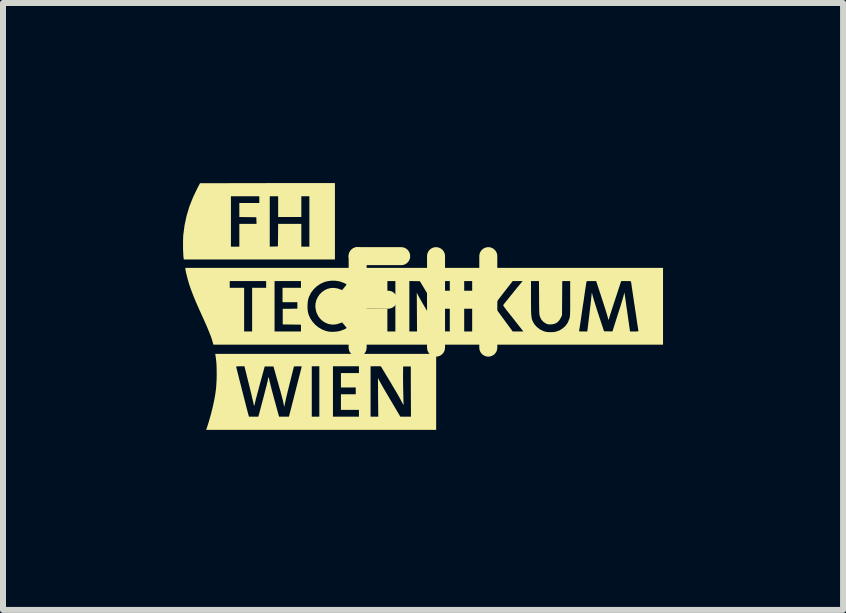
<source format=kicad_pcb>
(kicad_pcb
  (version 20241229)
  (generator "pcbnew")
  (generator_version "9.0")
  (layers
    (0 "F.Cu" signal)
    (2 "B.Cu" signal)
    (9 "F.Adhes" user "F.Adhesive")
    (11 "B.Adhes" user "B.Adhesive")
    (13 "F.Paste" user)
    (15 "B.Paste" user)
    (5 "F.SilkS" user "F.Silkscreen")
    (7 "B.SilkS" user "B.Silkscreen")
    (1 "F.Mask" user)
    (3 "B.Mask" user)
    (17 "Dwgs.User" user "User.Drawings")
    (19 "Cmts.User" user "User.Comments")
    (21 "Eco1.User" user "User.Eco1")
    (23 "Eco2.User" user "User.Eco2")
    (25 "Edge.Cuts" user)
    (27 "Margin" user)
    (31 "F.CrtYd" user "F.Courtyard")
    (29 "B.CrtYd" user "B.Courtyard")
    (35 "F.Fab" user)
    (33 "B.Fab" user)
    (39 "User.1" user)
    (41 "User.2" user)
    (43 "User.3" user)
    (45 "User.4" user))
  (footprint "FH"
    (layer "F.Cu")
    (at 3.998 2.053)
    (property "Reference" "FH" (at 0 0 0) (layer "F.SilkS") (effects (font (size 1.524 1.524) (thickness 0.3))))
    (attr board_only exclude_from_pos_files exclude_from_bom)
    (fp_poly (pts (xy -1.467 -0.78) (xy -3.985 -0.78) (xy -3.989 -0.805) (xy -3.992 -0.832) (xy -3.994 -0.87) (xy -3.996 -0.915) (xy -3.998 -0.965) (xy -3.998 -0.993) (xy -2.553 -0.993) (xy -2.485 -0.995) (xy -2.417 -0.997) (xy -2.415 -1.185) (xy -2.413 -1.373) (xy -2.027 -1.373) (xy -2.027 -0.993) (xy -1.893 -0.993) (xy -1.893 -1.833) (xy -2.027 -1.833) (xy -2.027 -1.487) (xy -2.413 -1.487) (xy -2.413 -1.833) (xy -2.553 -1.833) (xy -2.553 -0.993) (xy -3.998 -0.993) (xy -3.998 -0.993) (xy -3.2 -0.993) (xy -3.06 -0.993) (xy -3.06 -1.373) (xy -2.773 -1.373) (xy -2.777 -1.483) (xy -2.918 -1.485) (xy -3.06 -1.487) (xy -3.06 -1.72) (xy -2.727 -1.72) (xy -2.727 -1.833) (xy -3.2 -1.833) (xy -3.2 -0.993) (xy -3.998 -0.993) (xy -3.998 -1.017) (xy -3.998 -1.069) (xy -3.997 -1.117) (xy -3.996 -1.159) (xy -3.994 -1.187) (xy -3.973 -1.347) (xy -3.939 -1.506) (xy -3.892 -1.663) (xy -3.831 -1.817) (xy -3.761 -1.963) (xy -3.715 -2.05) (xy -2.591 -2.052) (xy -1.467 -2.053)) (stroke (width 0) (type solid)) (fill yes) (layer "F.SilkS"))
    (fp_poly (pts (xy 0.22 2.06) (xy -3.613 2.06) (xy -3.596 2.012) (xy -3.584 1.973) (xy -3.569 1.926) (xy -3.554 1.872) (xy -3.538 1.817) (xy -3.524 1.763) (xy -3.512 1.715) (xy -3.504 1.683) (xy -3.484 1.592) (xy -3.468 1.509) (xy -3.456 1.433) (xy -3.447 1.36) (xy -3.442 1.287) (xy -3.438 1.21) (xy -3.437 1.127) (xy -3.437 1.12) (xy -3.438 1.059) (xy -3.439 1.008) (xy -3.439 1.006) (xy -3.113 1.006) (xy -3.112 1.013) (xy -3.107 1.032) (xy -3.1 1.061) (xy -3.09 1.099) (xy -3.079 1.144) (xy -3.066 1.196) (xy -3.052 1.252) (xy -3.036 1.312) (xy -3.021 1.373) (xy -3.005 1.436) (xy -2.989 1.498) (xy -2.974 1.558) (xy -2.959 1.615) (xy -2.946 1.666) (xy -2.934 1.712) (xy -2.924 1.751) (xy -2.916 1.781) (xy -2.911 1.801) (xy -2.909 1.805) (xy -2.9 1.84) (xy -2.743 1.84) (xy -2.668 1.558) (xy -2.652 1.498) (xy -2.637 1.439) (xy -2.623 1.385) (xy -2.61 1.336) (xy -2.6 1.295) (xy -2.592 1.263) (xy -2.587 1.241) (xy -2.586 1.233) (xy -2.58 1.203) (xy -2.576 1.187) (xy -2.572 1.183) (xy -2.568 1.192) (xy -2.563 1.215) (xy -2.56 1.232) (xy -2.555 1.252) (xy -2.547 1.283) (xy -2.537 1.324) (xy -2.525 1.372) (xy -2.511 1.426) (xy -2.495 1.484) (xy -2.479 1.544) (xy -2.473 1.567) (xy -2.398 1.84) (xy -2.234 1.84) (xy -1.853 1.84) (xy -1.727 1.84) (xy -1.5 1.84) (xy -1.067 1.84) (xy -0.873 1.84) (xy -0.745 1.84) (xy -0.748 1.518) (xy -0.75 1.195) (xy -0.716 1.261) (xy -0.705 1.28) (xy -0.688 1.31) (xy -0.667 1.348) (xy -0.641 1.393) (xy -0.612 1.442) (xy -0.58 1.496) (xy -0.548 1.551) (xy -0.529 1.583) (xy -0.377 1.84) (xy -0.288 1.84) (xy -0.2 1.84) (xy -0.202 1.422) (xy -0.203 1.003) (xy -0.33 1.003) (xy -0.332 1.133) (xy -0.332 1.177) (xy -0.332 1.23) (xy -0.331 1.29) (xy -0.33 1.352) (xy -0.329 1.413) (xy -0.328 1.453) (xy -0.327 1.502) (xy -0.326 1.547) (xy -0.325 1.585) (xy -0.324 1.615) (xy -0.324 1.636) (xy -0.324 1.645) (xy -0.324 1.645) (xy -0.327 1.641) (xy -0.336 1.626) (xy -0.348 1.604) (xy -0.363 1.575) (xy -0.369 1.564) (xy -0.382 1.539) (xy -0.401 1.505) (xy -0.425 1.463) (xy -0.453 1.415) (xy -0.484 1.363) (xy -0.516 1.309) (xy -0.549 1.253) (xy -0.557 1.24) (xy -0.702 1) (xy -0.873 1) (xy -0.873 1.84) (xy -1.067 1.84) (xy -1.067 1.727) (xy -1.367 1.727) (xy -1.367 1.467) (xy -1.12 1.467) (xy -1.12 1.353) (xy -1.367 1.353) (xy -1.367 1.113) (xy -1.067 1.113) (xy -1.067 1) (xy -1.5 1) (xy -1.5 1.84) (xy -1.727 1.84) (xy -1.727 1) (xy -1.853 1) (xy -1.853 1.84) (xy -2.234 1.84) (xy -2.227 1.815) (xy -2.22 1.786) (xy -2.21 1.748) (xy -2.198 1.703) (xy -2.185 1.651) (xy -2.171 1.595) (xy -2.155 1.534) (xy -2.139 1.472) (xy -2.123 1.408) (xy -2.107 1.345) (xy -2.091 1.283) (xy -2.076 1.224) (xy -2.062 1.169) (xy -2.049 1.12) (xy -2.039 1.078) (xy -2.03 1.044) (xy -2.024 1.02) (xy -2.021 1.006) (xy -2.02 1.004) (xy -2.026 1.002) (xy -2.043 1.001) (xy -2.067 1.001) (xy -2.085 1.001) (xy -2.15 1.003) (xy -2.215 1.263) (xy -2.23 1.324) (xy -2.245 1.383) (xy -2.259 1.44) (xy -2.271 1.491) (xy -2.282 1.536) (xy -2.29 1.572) (xy -2.295 1.598) (xy -2.296 1.6) (xy -2.312 1.677) (xy -2.32 1.637) (xy -2.325 1.612) (xy -2.331 1.584) (xy -2.339 1.552) (xy -2.349 1.514) (xy -2.361 1.469) (xy -2.375 1.416) (xy -2.393 1.354) (xy -2.413 1.28) (xy -2.426 1.237) (xy -2.491 1.003) (xy -2.637 1.003) (xy -2.712 1.277) (xy -2.728 1.337) (xy -2.744 1.396) (xy -2.759 1.452) (xy -2.772 1.502) (xy -2.784 1.545) (xy -2.792 1.58) (xy -2.798 1.604) (xy -2.799 1.61) (xy -2.806 1.639) (xy -2.811 1.654) (xy -2.815 1.658) (xy -2.818 1.649) (xy -2.822 1.628) (xy -2.823 1.623) (xy -2.825 1.611) (xy -2.831 1.588) (xy -2.839 1.555) (xy -2.849 1.513) (xy -2.86 1.463) (xy -2.874 1.408) (xy -2.888 1.349) (xy -2.901 1.298) (xy -2.975 1) (xy -3.044 1) (xy -3.073 1.001) (xy -3.095 1.002) (xy -3.11 1.004) (xy -3.113 1.006) (xy -3.439 1.006) (xy -3.441 0.964) (xy -3.444 0.925) (xy -3.448 0.886) (xy -3.454 0.844) (xy -3.457 0.822) (xy -3.462 0.793) (xy 0.22 0.793)) (stroke (width 0) (type solid)) (fill yes) (layer "F.SilkS"))
    (fp_poly (pts (xy 4 0.64) (xy -3.492 0.64) (xy -3.503 0.602) (xy -3.512 0.57) (xy -3.522 0.538) (xy -3.534 0.503) (xy -3.549 0.465) (xy -3.566 0.423) (xy -3.586 0.374) (xy -3.609 0.319) (xy -3.637 0.256) (xy -3.67 0.183) (xy -3.707 0.101) (xy -3.73 0.05) (xy -3.768 -0.036) (xy -3.804 -0.12) (xy -3.836 -0.2) (xy -3.864 -0.274) (xy -3.876 -0.307) (xy -3.22 -0.307) (xy -2.98 -0.307) (xy -2.98 0.42) (xy -2.847 0.42) (xy -2.473 0.42) (xy -2.033 0.42) (xy -2.033 0.307) (xy -2.185 0.305) (xy -2.337 0.303) (xy -2.337 0.043) (xy -2.215 0.042) (xy -2.093 0.04) (xy -2.093 0.018) (xy -1.924 0.018) (xy -1.921 0.07) (xy -1.912 0.117) (xy -1.909 0.13) (xy -1.882 0.195) (xy -1.843 0.254) (xy -1.796 0.307) (xy -1.741 0.352) (xy -1.679 0.388) (xy -1.614 0.413) (xy -1.573 0.422) (xy -1.536 0.426) (xy -1.491 0.426) (xy -1.446 0.423) (xy -1.427 0.42) (xy -1.12 0.42) (xy -0.987 0.42) (xy -0.985 0.232) (xy -0.983 0.043) (xy -0.788 0.042) (xy -0.593 0.04) (xy -0.593 0.42) (xy -0.46 0.42) (xy -0.46 -0.42) (xy -0.593 -0.42) (xy -0.593 -0.073) (xy -0.987 -0.073) (xy -0.987 -0.42) (xy -1.12 -0.42) (xy -1.12 0.42) (xy -1.427 0.42) (xy -1.405 0.417) (xy -1.392 0.414) (xy -1.363 0.405) (xy -1.335 0.395) (xy -1.309 0.384) (xy -1.288 0.374) (xy -1.276 0.365) (xy -1.273 0.361) (xy -1.277 0.354) (xy -1.288 0.34) (xy -1.304 0.32) (xy -1.311 0.312) (xy -1.348 0.269) (xy -1.389 0.285) (xy -1.447 0.302) (xy -1.504 0.306) (xy -1.561 0.299) (xy -1.614 0.281) (xy -1.664 0.252) (xy -1.707 0.214) (xy -1.743 0.168) (xy -1.771 0.113) (xy -1.783 0.075) (xy -1.793 0.015) (xy -1.791 -0.043) (xy -1.778 -0.098) (xy -1.755 -0.148) (xy -1.725 -0.194) (xy -1.687 -0.233) (xy -1.643 -0.265) (xy -1.594 -0.289) (xy -1.541 -0.303) (xy -1.486 -0.306) (xy -1.429 -0.298) (xy -1.389 -0.285) (xy -1.348 -0.269) (xy -1.312 -0.311) (xy -1.296 -0.332) (xy -1.282 -0.349) (xy -1.275 -0.359) (xy -1.274 -0.36) (xy -1.279 -0.367) (xy -1.293 -0.376) (xy -1.315 -0.387) (xy -1.341 -0.397) (xy -1.37 -0.408) (xy -1.398 -0.416) (xy -1.405 -0.417) (xy -1.427 -0.42) (xy -0.227 -0.42) (xy -0.227 0.42) (xy -0.099 0.42) (xy -0.101 0.098) (xy -0.103 -0.225) (xy -0.066 -0.154) (xy -0.054 -0.133) (xy -0.037 -0.102) (xy -0.014 -0.063) (xy 0.012 -0.017) (xy 0.042 0.033) (xy 0.074 0.087) (xy 0.106 0.142) (xy 0.121 0.167) (xy 0.27 0.417) (xy 0.447 0.42) (xy 0.447 0.42) (xy 0.687 0.42) (xy 0.82 0.42) (xy 1.06 0.42) (xy 1.193 0.42) (xy 1.197 0.014) (xy 1.346 0.217) (xy 1.495 0.42) (xy 1.673 0.42) (xy 1.561 0.278) (xy 1.528 0.236) (xy 1.494 0.192) (xy 1.46 0.15) (xy 1.43 0.112) (xy 1.405 0.08) (xy 1.391 0.063) (xy 1.371 0.036) (xy 1.354 0.013) (xy 1.342 -0.006) (xy 1.336 -0.016) (xy 1.336 -0.018) (xy 1.341 -0.024) (xy 1.353 -0.04) (xy 1.371 -0.063) (xy 1.394 -0.092) (xy 1.421 -0.125) (xy 1.45 -0.162) (xy 1.482 -0.201) (xy 1.513 -0.24) (xy 1.544 -0.278) (xy 1.573 -0.314) (xy 1.6 -0.346) (xy 1.622 -0.373) (xy 1.638 -0.393) (xy 1.649 -0.405) (xy 1.649 -0.405) (xy 1.662 -0.42) (xy 1.8 -0.42) (xy 1.8 -0.135) (xy 1.8 -0.059) (xy 1.801 0.004) (xy 1.801 0.057) (xy 1.802 0.101) (xy 1.804 0.137) (xy 1.807 0.166) (xy 1.81 0.19) (xy 1.814 0.211) (xy 1.82 0.229) (xy 1.827 0.246) (xy 1.835 0.263) (xy 1.837 0.268) (xy 1.867 0.313) (xy 1.907 0.354) (xy 1.955 0.389) (xy 2.008 0.414) (xy 2.035 0.423) (xy 2.073 0.43) (xy 2.118 0.432) (xy 2.164 0.431) (xy 2.205 0.426) (xy 2.216 0.423) (xy 2.247 0.412) (xy 2.602 0.412) (xy 2.604 0.416) (xy 2.612 0.419) (xy 2.627 0.42) (xy 2.652 0.42) (xy 2.669 0.42) (xy 2.738 0.42) (xy 2.766 0.192) (xy 2.773 0.133) (xy 2.78 0.074) (xy 2.787 0.017) (xy 2.793 -0.035) (xy 2.798 -0.081) (xy 2.802 -0.116) (xy 2.803 -0.13) (xy 2.807 -0.164) (xy 2.81 -0.193) (xy 2.812 -0.214) (xy 2.814 -0.225) (xy 2.814 -0.227) (xy 2.815 -0.222) (xy 2.82 -0.207) (xy 2.825 -0.184) (xy 2.831 -0.163) (xy 2.837 -0.142) (xy 2.846 -0.11) (xy 2.859 -0.069) (xy 2.874 -0.021) (xy 2.891 0.033) (xy 2.909 0.09) (xy 2.929 0.149) (xy 2.932 0.16) (xy 3.017 0.417) (xy 3.157 0.42) (xy 3.242 0.152) (xy 3.261 0.092) (xy 3.28 0.034) (xy 3.297 -0.02) (xy 3.312 -0.069) (xy 3.324 -0.111) (xy 3.334 -0.144) (xy 3.341 -0.168) (xy 3.342 -0.173) (xy 3.356 -0.23) (xy 3.361 -0.2) (xy 3.363 -0.187) (xy 3.367 -0.163) (xy 3.372 -0.128) (xy 3.378 -0.085) (xy 3.385 -0.034) (xy 3.393 0.022) (xy 3.402 0.082) (xy 3.408 0.125) (xy 3.45 0.42) (xy 3.521 0.42) (xy 3.552 0.42) (xy 3.572 0.419) (xy 3.584 0.418) (xy 3.589 0.414) (xy 3.59 0.409) (xy 3.589 0.405) (xy 3.587 0.392) (xy 3.583 0.367) (xy 3.578 0.333) (xy 3.571 0.291) (xy 3.564 0.241) (xy 3.556 0.186) (xy 3.547 0.127) (xy 3.537 0.064) (xy 3.528 0.001) (xy 3.518 -0.063) (xy 3.509 -0.125) (xy 3.5 -0.185) (xy 3.492 -0.241) (xy 3.484 -0.291) (xy 3.478 -0.334) (xy 3.473 -0.37) (xy 3.469 -0.395) (xy 3.467 -0.41) (xy 3.467 -0.413) (xy 3.46 -0.416) (xy 3.441 -0.419) (xy 3.408 -0.42) (xy 3.385 -0.42) (xy 3.303 -0.42) (xy 3.205 -0.122) (xy 3.185 -0.061) (xy 3.166 -0.003) (xy 3.149 0.05) (xy 3.134 0.097) (xy 3.121 0.136) (xy 3.111 0.167) (xy 3.105 0.188) (xy 3.103 0.197) (xy 3.098 0.216) (xy 3.094 0.225) (xy 3.09 0.221) (xy 3.085 0.205) (xy 3.079 0.183) (xy 3.074 0.166) (xy 3.066 0.137) (xy 3.054 0.099) (xy 3.04 0.053) (xy 3.023 0.001) (xy 3.005 -0.056) (xy 2.986 -0.115) (xy 2.976 -0.145) (xy 2.886 -0.42) (xy 2.807 -0.42) (xy 2.773 -0.42) (xy 2.75 -0.419) (xy 2.736 -0.418) (xy 2.729 -0.415) (xy 2.725 -0.41) (xy 2.724 -0.405) (xy 2.722 -0.396) (xy 2.719 -0.375) (xy 2.714 -0.343) (xy 2.708 -0.301) (xy 2.7 -0.251) (xy 2.692 -0.194) (xy 2.683 -0.131) (xy 2.673 -0.064) (xy 2.663 0) (xy 2.653 0.071) (xy 2.643 0.138) (xy 2.634 0.201) (xy 2.626 0.257) (xy 2.618 0.306) (xy 2.612 0.347) (xy 2.607 0.377) (xy 2.604 0.397) (xy 2.603 0.405) (xy 2.602 0.412) (xy 2.247 0.412) (xy 2.278 0.401) (xy 2.331 0.367) (xy 2.377 0.325) (xy 2.413 0.273) (xy 2.438 0.213) (xy 2.443 0.195) (xy 2.446 0.183) (xy 2.448 0.168) (xy 2.45 0.148) (xy 2.451 0.121) (xy 2.452 0.087) (xy 2.453 0.045) (xy 2.453 -0.007) (xy 2.453 -0.07) (xy 2.453 -0.131) (xy 2.453 -0.42) (xy 2.321 -0.42) (xy 2.317 0.15) (xy 2.297 0.192) (xy 2.271 0.236) (xy 2.239 0.269) (xy 2.2 0.29) (xy 2.153 0.301) (xy 2.127 0.302) (xy 2.098 0.302) (xy 2.077 0.299) (xy 2.058 0.292) (xy 2.041 0.283) (xy 2.003 0.257) (xy 1.973 0.223) (xy 1.952 0.18) (xy 1.948 0.171) (xy 1.945 0.161) (xy 1.943 0.15) (xy 1.941 0.137) (xy 1.939 0.119) (xy 1.938 0.096) (xy 1.937 0.066) (xy 1.936 0.028) (xy 1.936 -0.019) (xy 1.935 -0.078) (xy 1.935 -0.138) (xy 1.933 -0.42) (xy 1.8 -0.42) (xy 1.662 -0.42) (xy 1.496 -0.42) (xy 1.346 -0.228) (xy 1.197 -0.035) (xy 1.195 -0.228) (xy 1.193 -0.42) (xy 1.06 -0.42) (xy 1.06 0.42) (xy 0.82 0.42) (xy 0.82 -0.42) (xy 0.687 -0.42) (xy 0.687 0.42) (xy 0.447 0.42) (xy 0.447 -0.42) (xy 0.311 -0.42) (xy 0.315 -0.102) (xy 0.319 0.217) (xy 0.285 0.151) (xy 0.274 0.132) (xy 0.257 0.102) (xy 0.235 0.064) (xy 0.209 0.02) (xy 0.18 -0.03) (xy 0.148 -0.083) (xy 0.116 -0.138) (xy 0.1 -0.165) (xy -0.051 -0.417) (xy -0.227 -0.42) (xy -1.427 -0.42) (xy -1.461 -0.425) (xy -1.521 -0.426) (xy -1.581 -0.419) (xy -1.634 -0.406) (xy -1.639 -0.405) (xy -1.708 -0.374) (xy -1.769 -0.333) (xy -1.822 -0.282) (xy -1.866 -0.224) (xy -1.899 -0.158) (xy -1.909 -0.13) (xy -1.918 -0.087) (xy -1.923 -0.036) (xy -1.924 0.018) (xy -2.093 0.018) (xy -2.093 -0.067) (xy -2.34 -0.067) (xy -2.34 -0.307) (xy -2.033 -0.307) (xy -2.033 -0.42) (xy -2.473 -0.42) (xy -2.473 0.42) (xy -2.847 0.42) (xy -2.847 -0.307) (xy -2.613 -0.307) (xy -2.613 -0.42) (xy -3.22 -0.42) (xy -3.22 -0.307) (xy -3.876 -0.307) (xy -3.887 -0.34) (xy -3.896 -0.367) (xy -3.907 -0.404) (xy -3.919 -0.445) (xy -3.93 -0.487) (xy -3.94 -0.528) (xy -3.949 -0.565) (xy -3.955 -0.595) (xy -3.959 -0.617) (xy -3.96 -0.625) (xy -3.96 -0.64) (xy 4 -0.64)) (stroke (width 0) (type solid)) (fill yes) (layer "F.SilkS")))
  (gr_rect
    (start -3 -3)
    (end 10.998 7.113)
    (stroke (width 0.1) (type default))
    (fill no)
    (layer "Edge.Cuts")))
</source>
